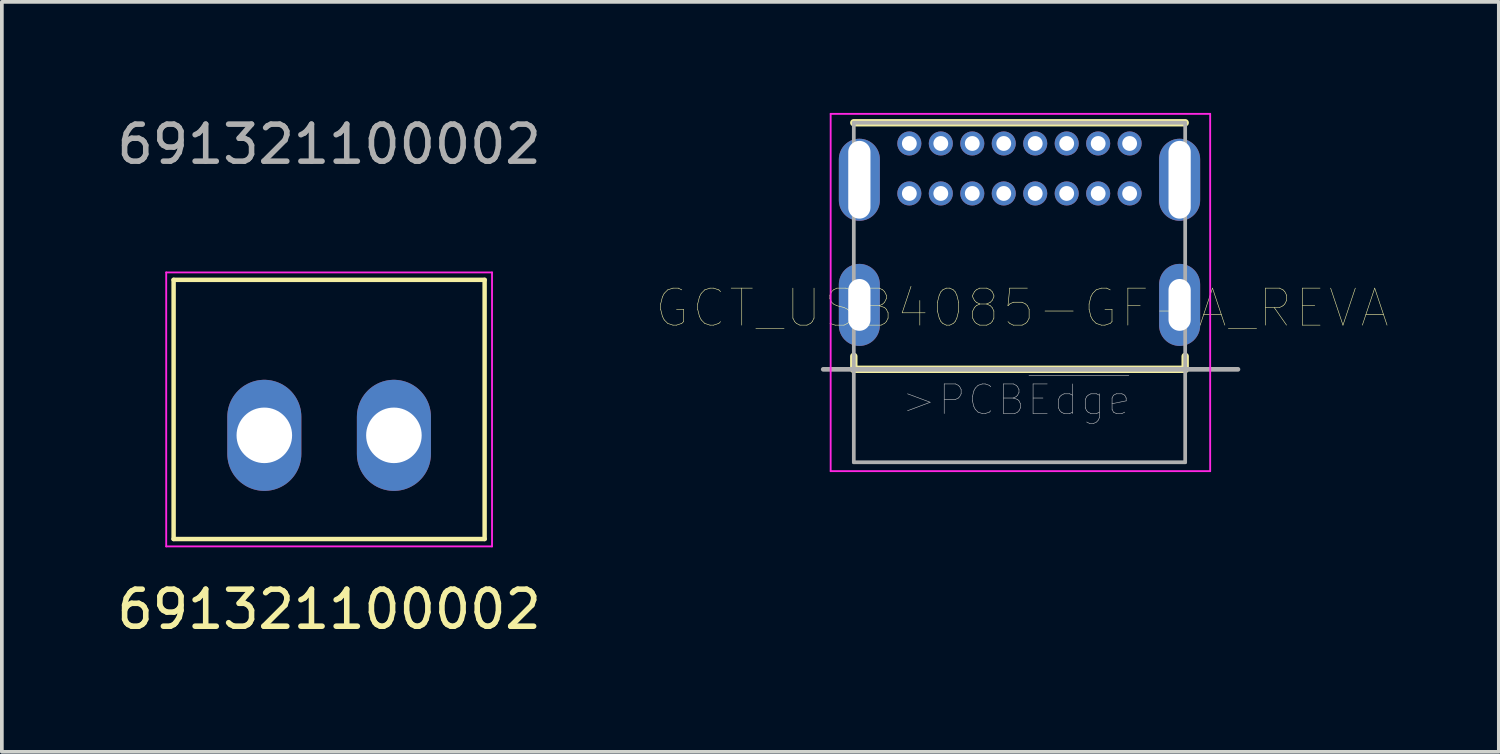
<source format=kicad_pcb>
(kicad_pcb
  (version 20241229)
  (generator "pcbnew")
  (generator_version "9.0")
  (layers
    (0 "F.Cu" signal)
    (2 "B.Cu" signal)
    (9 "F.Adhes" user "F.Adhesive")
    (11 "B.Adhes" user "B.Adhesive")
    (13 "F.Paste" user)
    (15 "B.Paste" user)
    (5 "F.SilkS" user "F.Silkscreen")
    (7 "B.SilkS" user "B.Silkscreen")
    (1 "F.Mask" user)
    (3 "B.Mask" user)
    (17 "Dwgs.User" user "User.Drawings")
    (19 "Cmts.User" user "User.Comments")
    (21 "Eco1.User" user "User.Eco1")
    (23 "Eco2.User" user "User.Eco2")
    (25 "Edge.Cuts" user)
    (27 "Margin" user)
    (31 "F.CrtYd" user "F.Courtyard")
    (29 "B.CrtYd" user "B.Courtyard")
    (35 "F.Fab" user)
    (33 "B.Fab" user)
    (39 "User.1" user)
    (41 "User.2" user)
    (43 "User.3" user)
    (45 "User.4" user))
  (footprint "GCT_USB4085-GF-A_REVA"
    (layer "F.Cu")
    (at 24.485 4.85)
    (property "Reference" "GCT_USB4085-GF-A_REVA" (at 0.07 0.42 0) (layer "F.SilkS") (effects (font (size 1 1) (thickness 0.015))))
    (attr through_hole)
    (fp_line (start -4.475 -4.585) (end 4.475 -4.585) (stroke (width 0.2) (type solid)) (layer "F.SilkS"))
    (fp_line (start -4.475 1.725) (end -4.475 2.075) (stroke (width 0.2) (type solid)) (layer "F.SilkS"))
    (fp_line (start -4.475 2.075) (end 4.475 2.075) (stroke (width 0.2) (type solid)) (layer "F.SilkS"))
    (fp_line (start 4.475 2.075) (end 4.475 1.725) (stroke (width 0.2) (type solid)) (layer "F.SilkS"))
    (fp_line (start -5.1 -4.825) (end 5.15 -4.825) (stroke (width 0.05) (type solid)) (layer "F.CrtYd"))
    (fp_line (start -5.1 4.825) (end -5.1 -4.825) (stroke (width 0.05) (type solid)) (layer "F.CrtYd"))
    (fp_line (start 5.15 -4.825) (end 5.15 4.825) (stroke (width 0.05) (type solid)) (layer "F.CrtYd"))
    (fp_line (start 5.15 4.825) (end -5.1 4.825) (stroke (width 0.05) (type solid)) (layer "F.CrtYd"))
    (fp_line (start -5.3 2.075) (end 5.9 2.075) (stroke (width 0.127) (type solid)) (layer "F.Fab"))
    (fp_line (start -4.475 -4.585) (end 4.475 -4.585) (stroke (width 0.1) (type solid)) (layer "F.Fab"))
    (fp_line (start -4.475 4.585) (end -4.475 -4.585) (stroke (width 0.1) (type solid)) (layer "F.Fab"))
    (fp_line (start 4.475 -4.585) (end 4.475 4.585) (stroke (width 0.1) (type solid)) (layer "F.Fab"))
    (fp_line (start 4.475 4.585) (end -4.475 4.585) (stroke (width 0.1) (type solid)) (layer "F.Fab"))
    (fp_text user ">PCB~{Edge}" (at -0.09 2.9 0) (layer "Dwgs.User") (effects (font (size 0.8 0.8) (thickness 0.015))))
    (pad "A1" thru_hole circle (at -2.975 -4.025) (size 0.65 0.65) (drill 0.4) (layers "*.Cu" "*.Mask"))
    (pad "A4" thru_hole circle (at -2.125 -4.025) (size 0.65 0.65) (drill 0.4) (layers "*.Cu" "*.Mask"))
    (pad "A5" thru_hole circle (at -1.275 -4.025) (size 0.65 0.65) (drill 0.4) (layers "*.Cu" "*.Mask"))
    (pad "A6" thru_hole circle (at -0.425 -4.025) (size 0.65 0.65) (drill 0.4) (layers "*.Cu" "*.Mask"))
    (pad "A7" thru_hole circle (at 0.425 -4.025) (size 0.65 0.65) (drill 0.4) (layers "*.Cu" "*.Mask"))
    (pad "A8" thru_hole circle (at 1.275 -4.025) (size 0.65 0.65) (drill 0.4) (layers "*.Cu" "*.Mask"))
    (pad "A9" thru_hole circle (at 2.125 -4.025) (size 0.65 0.65) (drill 0.4) (layers "*.Cu" "*.Mask"))
    (pad "A12" thru_hole circle (at 2.975 -4.025) (size 0.65 0.65) (drill 0.4) (layers "*.Cu" "*.Mask"))
    (pad "B1" thru_hole circle (at 2.975 -2.675) (size 0.65 0.65) (drill 0.4) (layers "*.Cu" "*.Mask"))
    (pad "B4" thru_hole circle (at 2.125 -2.675) (size 0.65 0.65) (drill 0.4) (layers "*.Cu" "*.Mask"))
    (pad "B5" thru_hole circle (at 1.275 -2.675) (size 0.65 0.65) (drill 0.4) (layers "*.Cu" "*.Mask"))
    (pad "B6" thru_hole circle (at 0.425 -2.675) (size 0.65 0.65) (drill 0.4) (layers "*.Cu" "*.Mask"))
    (pad "B7" thru_hole circle (at -0.425 -2.675) (size 0.65 0.65) (drill 0.4) (layers "*.Cu" "*.Mask"))
    (pad "B8" thru_hole circle (at -1.275 -2.675) (size 0.65 0.65) (drill 0.4) (layers "*.Cu" "*.Mask"))
    (pad "B9" thru_hole circle (at -2.125 -2.675) (size 0.65 0.65) (drill 0.4) (layers "*.Cu" "*.Mask"))
    (pad "B12" thru_hole circle (at -2.975 -2.675) (size 0.65 0.65) (drill 0.4) (layers "*.Cu" "*.Mask"))
    (pad "P1" thru_hole oval (at -4.325 -3.045) (size 1.108 2.216) (drill oval 0.6 2.1) (layers "*.Cu" "*.Mask"))
    (pad "P2" thru_hole oval (at 4.325 -3.045) (size 1.108 2.216) (drill oval 0.6 2.1) (layers "*.Cu" "*.Mask"))
    (pad "P3" thru_hole oval (at 4.325 0.335) (size 1.108 2.216) (drill oval 0.6 1.4) (layers "*.Cu" "*.Mask"))
    (pad "P4" thru_hole oval (at -4.325 0.335) (size 1.108 2.216) (drill oval 0.6 1.4) (layers "*.Cu" "*.Mask")))
  (footprint "691321100002"
    (layer "F.Cu")
    (at 5.839 8.008)
    (property "Reference" "691321100002" (at 0 5.4 0) (layer "F.SilkS") (effects (font (size 1 1) (thickness 0.15))))
    (attr through_hole)
    (fp_line (start -4.2 -3.5) (end 4.2 -3.5) (stroke (width 0.12) (type solid)) (layer "F.SilkS"))
    (fp_line (start -4.2 3.5) (end -4.2 -3.5) (stroke (width 0.12) (type solid)) (layer "F.SilkS"))
    (fp_line (start -4.2 3.5) (end 4.2 3.5) (stroke (width 0.12) (type solid)) (layer "F.SilkS"))
    (fp_line (start 4.2 3.5) (end 4.2 -3.5) (stroke (width 0.12) (type solid)) (layer "F.SilkS"))
    (fp_line (start -4.4 -3.7) (end 4.4 -3.7) (stroke (width 0.05) (type solid)) (layer "F.CrtYd"))
    (fp_line (start -4.4 3.7) (end -4.4 -3.7) (stroke (width 0.05) (type solid)) (layer "F.CrtYd"))
    (fp_line (start -4.4 3.7) (end 4.4 3.7) (stroke (width 0.05) (type solid)) (layer "F.CrtYd"))
    (fp_line (start 4.4 3.7) (end 4.4 -3.7) (stroke (width 0.05) (type solid)) (layer "F.CrtYd"))
    (fp_text user "${REFERENCE}" (at 0 -7.16 0) (layer "F.Fab") (effects (font (size 1 1) (thickness 0.15))))
    (pad "1" thru_hole oval (at -1.75 0.7) (size 2 3) (drill 1.5) (layers "*.Cu" "*.Mask"))
    (pad "2" thru_hole oval (at 1.75 0.7) (size 2 3) (drill 1.5) (layers "*.Cu" "*.Mask")))
  (gr_rect
    (start -3 -3)
    (end 37.431 17.256)
    (stroke (width 0.1) (type default))
    (fill no)
    (layer "Edge.Cuts")))
</source>
